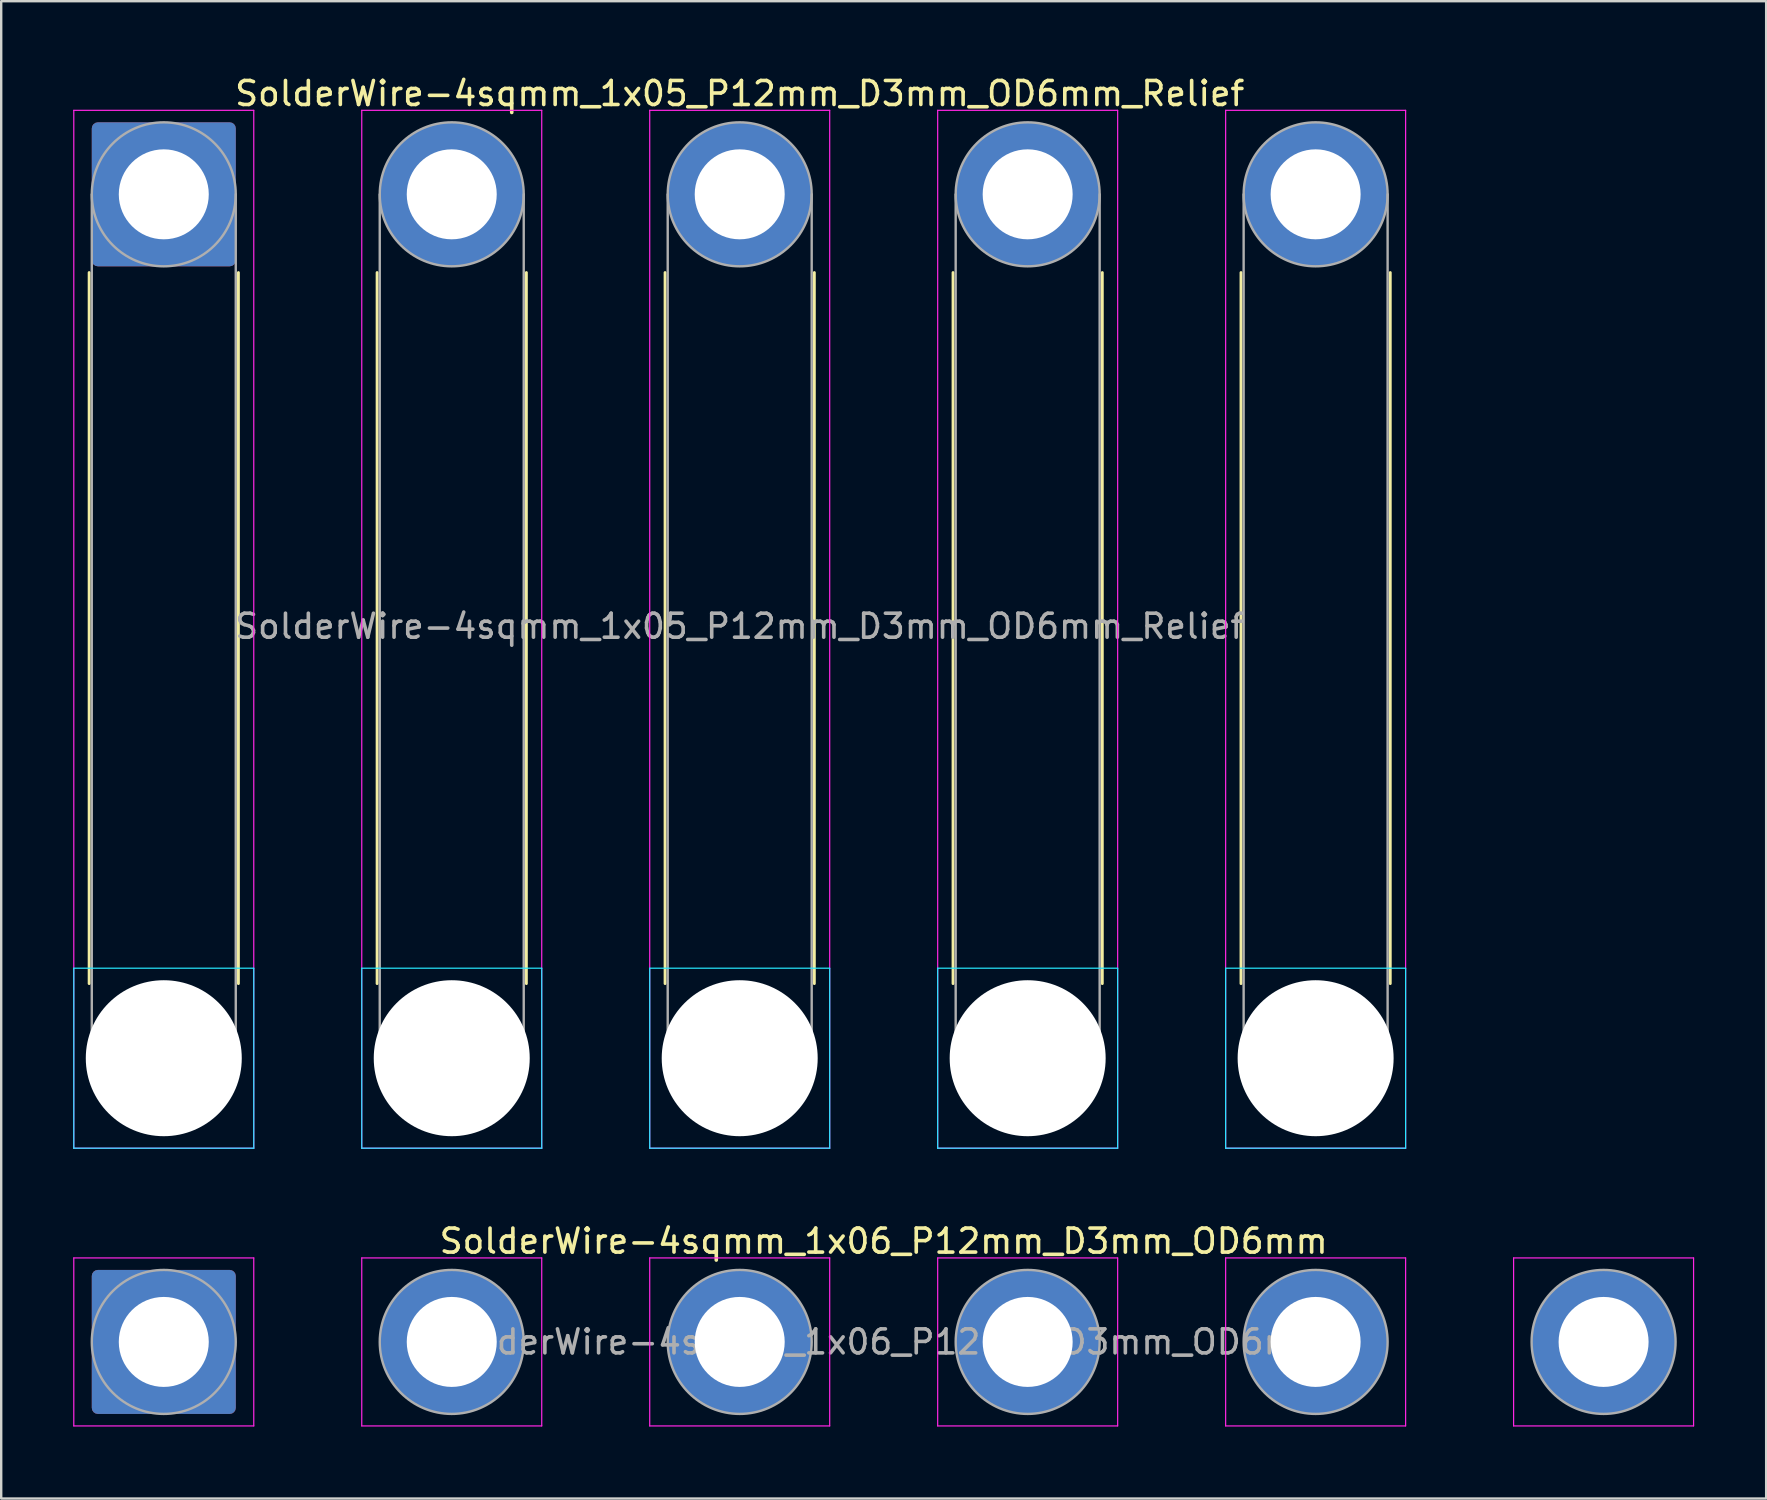
<source format=kicad_pcb>
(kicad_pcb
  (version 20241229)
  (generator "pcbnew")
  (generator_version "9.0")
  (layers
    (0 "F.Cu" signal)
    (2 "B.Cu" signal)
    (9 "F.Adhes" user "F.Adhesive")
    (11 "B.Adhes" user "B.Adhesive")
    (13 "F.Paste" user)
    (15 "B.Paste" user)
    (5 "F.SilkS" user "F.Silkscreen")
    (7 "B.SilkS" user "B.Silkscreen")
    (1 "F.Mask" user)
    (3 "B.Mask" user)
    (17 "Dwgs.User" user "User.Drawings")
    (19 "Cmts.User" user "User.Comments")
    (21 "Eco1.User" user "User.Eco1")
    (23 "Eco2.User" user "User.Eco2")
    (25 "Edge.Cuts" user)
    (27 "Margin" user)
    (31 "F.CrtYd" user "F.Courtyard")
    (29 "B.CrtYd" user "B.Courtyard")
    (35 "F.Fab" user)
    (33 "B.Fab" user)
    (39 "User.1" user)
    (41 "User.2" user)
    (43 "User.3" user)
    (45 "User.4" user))
  (footprint "SolderWire-4sqmm_1x06_P12mm_D3mm_OD6mm"
    (layer "F.Cu")
    (at 3.775 52.871)
    (property "Reference" "SolderWire-4sqmm_1x06_P12mm_D3mm_OD6mm" (at 30 -4.2 0) (layer "F.SilkS") (effects (font (size 1 1) (thickness 0.15))))
    (attr exclude_from_pos_files exclude_from_bom)
    (fp_line (start -3.75 -3.5) (end -3.75 3.5) (stroke (width 0.05) (type solid)) (layer "F.CrtYd"))
    (fp_line (start -3.75 3.5) (end 3.75 3.5) (stroke (width 0.05) (type solid)) (layer "F.CrtYd"))
    (fp_line (start 3.75 -3.5) (end -3.75 -3.5) (stroke (width 0.05) (type solid)) (layer "F.CrtYd"))
    (fp_line (start 3.75 3.5) (end 3.75 -3.5) (stroke (width 0.05) (type solid)) (layer "F.CrtYd"))
    (fp_line (start 8.25 -3.5) (end 8.25 3.5) (stroke (width 0.05) (type solid)) (layer "F.CrtYd"))
    (fp_line (start 8.25 3.5) (end 15.75 3.5) (stroke (width 0.05) (type solid)) (layer "F.CrtYd"))
    (fp_line (start 15.75 -3.5) (end 8.25 -3.5) (stroke (width 0.05) (type solid)) (layer "F.CrtYd"))
    (fp_line (start 15.75 3.5) (end 15.75 -3.5) (stroke (width 0.05) (type solid)) (layer "F.CrtYd"))
    (fp_line (start 20.25 -3.5) (end 20.25 3.5) (stroke (width 0.05) (type solid)) (layer "F.CrtYd"))
    (fp_line (start 20.25 3.5) (end 27.75 3.5) (stroke (width 0.05) (type solid)) (layer "F.CrtYd"))
    (fp_line (start 27.75 -3.5) (end 20.25 -3.5) (stroke (width 0.05) (type solid)) (layer "F.CrtYd"))
    (fp_line (start 27.75 3.5) (end 27.75 -3.5) (stroke (width 0.05) (type solid)) (layer "F.CrtYd"))
    (fp_line (start 32.25 -3.5) (end 32.25 3.5) (stroke (width 0.05) (type solid)) (layer "F.CrtYd"))
    (fp_line (start 32.25 3.5) (end 39.75 3.5) (stroke (width 0.05) (type solid)) (layer "F.CrtYd"))
    (fp_line (start 39.75 -3.5) (end 32.25 -3.5) (stroke (width 0.05) (type solid)) (layer "F.CrtYd"))
    (fp_line (start 39.75 3.5) (end 39.75 -3.5) (stroke (width 0.05) (type solid)) (layer "F.CrtYd"))
    (fp_line (start 44.25 -3.5) (end 44.25 3.5) (stroke (width 0.05) (type solid)) (layer "F.CrtYd"))
    (fp_line (start 44.25 3.5) (end 51.75 3.5) (stroke (width 0.05) (type solid)) (layer "F.CrtYd"))
    (fp_line (start 51.75 -3.5) (end 44.25 -3.5) (stroke (width 0.05) (type solid)) (layer "F.CrtYd"))
    (fp_line (start 51.75 3.5) (end 51.75 -3.5) (stroke (width 0.05) (type solid)) (layer "F.CrtYd"))
    (fp_line (start 56.25 -3.5) (end 56.25 3.5) (stroke (width 0.05) (type solid)) (layer "F.CrtYd"))
    (fp_line (start 56.25 3.5) (end 63.75 3.5) (stroke (width 0.05) (type solid)) (layer "F.CrtYd"))
    (fp_line (start 63.75 -3.5) (end 56.25 -3.5) (stroke (width 0.05) (type solid)) (layer "F.CrtYd"))
    (fp_line (start 63.75 3.5) (end 63.75 -3.5) (stroke (width 0.05) (type solid)) (layer "F.CrtYd"))
    (fp_circle (center 0 0) (end 3 0) (stroke (width 0.1) (type solid)) (fill no) (layer "F.Fab"))
    (fp_circle (center 12 0) (end 15 0) (stroke (width 0.1) (type solid)) (fill no) (layer "F.Fab"))
    (fp_circle (center 24 0) (end 27 0) (stroke (width 0.1) (type solid)) (fill no) (layer "F.Fab"))
    (fp_circle (center 36 0) (end 39 0) (stroke (width 0.1) (type solid)) (fill no) (layer "F.Fab"))
    (fp_circle (center 48 0) (end 51 0) (stroke (width 0.1) (type solid)) (fill no) (layer "F.Fab"))
    (fp_circle (center 60 0) (end 63 0) (stroke (width 0.1) (type solid)) (fill no) (layer "F.Fab"))
    (fp_text user "${REFERENCE}" (at 30 0 0) (layer "F.Fab") (effects (font (size 1 1) (thickness 0.15))))
    (pad "1" thru_hole roundrect (at 0 0) (size 6 6) (drill 3.75) (layers "*.Cu" "*.Mask") (roundrect_rratio 0.042))
    (pad "2" thru_hole circle (at 12 0) (size 6 6) (drill 3.75) (layers "*.Cu" "*.Mask"))
    (pad "3" thru_hole circle (at 24 0) (size 6 6) (drill 3.75) (layers "*.Cu" "*.Mask"))
    (pad "4" thru_hole circle (at 36 0) (size 6 6) (drill 3.75) (layers "*.Cu" "*.Mask"))
    (pad "5" thru_hole circle (at 48 0) (size 6 6) (drill 3.75) (layers "*.Cu" "*.Mask"))
    (pad "6" thru_hole circle (at 60 0) (size 6 6) (drill 3.75) (layers "*.Cu" "*.Mask")))
  (footprint "SolderWire-4sqmm_1x05_P12mm_D3mm_OD6mm_Relief"
    (layer "F.Cu")
    (at 3.775 5.048)
    (property "Reference" "SolderWire-4sqmm_1x05_P12mm_D3mm_OD6mm_Relief" (at 24 -4.2 0) (layer "F.SilkS") (effects (font (size 1 1) (thickness 0.15))))
    (attr exclude_from_pos_files exclude_from_bom)
    (fp_line (start -3.11 3.26) (end -3.11 32.89) (stroke (width 0.12) (type solid)) (layer "F.SilkS"))
    (fp_line (start 3.11 3.26) (end 3.11 32.89) (stroke (width 0.12) (type solid)) (layer "F.SilkS"))
    (fp_line (start 8.89 3.26) (end 8.89 32.89) (stroke (width 0.12) (type solid)) (layer "F.SilkS"))
    (fp_line (start 15.11 3.26) (end 15.11 32.89) (stroke (width 0.12) (type solid)) (layer "F.SilkS"))
    (fp_line (start 20.89 3.26) (end 20.89 32.89) (stroke (width 0.12) (type solid)) (layer "F.SilkS"))
    (fp_line (start 27.11 3.26) (end 27.11 32.89) (stroke (width 0.12) (type solid)) (layer "F.SilkS"))
    (fp_line (start 32.89 3.26) (end 32.89 32.89) (stroke (width 0.12) (type solid)) (layer "F.SilkS"))
    (fp_line (start 39.11 3.26) (end 39.11 32.89) (stroke (width 0.12) (type solid)) (layer "F.SilkS"))
    (fp_line (start 44.89 3.26) (end 44.89 32.89) (stroke (width 0.12) (type solid)) (layer "F.SilkS"))
    (fp_line (start 51.11 3.26) (end 51.11 32.89) (stroke (width 0.12) (type solid)) (layer "F.SilkS"))
    (fp_line (start -3.75 32.25) (end -3.75 39.75) (stroke (width 0.05) (type solid)) (layer "B.CrtYd"))
    (fp_line (start -3.75 39.75) (end 3.75 39.75) (stroke (width 0.05) (type solid)) (layer "B.CrtYd"))
    (fp_line (start 3.75 32.25) (end -3.75 32.25) (stroke (width 0.05) (type solid)) (layer "B.CrtYd"))
    (fp_line (start 3.75 39.75) (end 3.75 32.25) (stroke (width 0.05) (type solid)) (layer "B.CrtYd"))
    (fp_line (start 8.25 32.25) (end 8.25 39.75) (stroke (width 0.05) (type solid)) (layer "B.CrtYd"))
    (fp_line (start 8.25 39.75) (end 15.75 39.75) (stroke (width 0.05) (type solid)) (layer "B.CrtYd"))
    (fp_line (start 15.75 32.25) (end 8.25 32.25) (stroke (width 0.05) (type solid)) (layer "B.CrtYd"))
    (fp_line (start 15.75 39.75) (end 15.75 32.25) (stroke (width 0.05) (type solid)) (layer "B.CrtYd"))
    (fp_line (start 20.25 32.25) (end 20.25 39.75) (stroke (width 0.05) (type solid)) (layer "B.CrtYd"))
    (fp_line (start 20.25 39.75) (end 27.75 39.75) (stroke (width 0.05) (type solid)) (layer "B.CrtYd"))
    (fp_line (start 27.75 32.25) (end 20.25 32.25) (stroke (width 0.05) (type solid)) (layer "B.CrtYd"))
    (fp_line (start 27.75 39.75) (end 27.75 32.25) (stroke (width 0.05) (type solid)) (layer "B.CrtYd"))
    (fp_line (start 32.25 32.25) (end 32.25 39.75) (stroke (width 0.05) (type solid)) (layer "B.CrtYd"))
    (fp_line (start 32.25 39.75) (end 39.75 39.75) (stroke (width 0.05) (type solid)) (layer "B.CrtYd"))
    (fp_line (start 39.75 32.25) (end 32.25 32.25) (stroke (width 0.05) (type solid)) (layer "B.CrtYd"))
    (fp_line (start 39.75 39.75) (end 39.75 32.25) (stroke (width 0.05) (type solid)) (layer "B.CrtYd"))
    (fp_line (start 44.25 32.25) (end 44.25 39.75) (stroke (width 0.05) (type solid)) (layer "B.CrtYd"))
    (fp_line (start 44.25 39.75) (end 51.75 39.75) (stroke (width 0.05) (type solid)) (layer "B.CrtYd"))
    (fp_line (start 51.75 32.25) (end 44.25 32.25) (stroke (width 0.05) (type solid)) (layer "B.CrtYd"))
    (fp_line (start 51.75 39.75) (end 51.75 32.25) (stroke (width 0.05) (type solid)) (layer "B.CrtYd"))
    (fp_line (start -3.75 -3.5) (end -3.75 39.75) (stroke (width 0.05) (type solid)) (layer "F.CrtYd"))
    (fp_line (start -3.75 39.75) (end 3.75 39.75) (stroke (width 0.05) (type solid)) (layer "F.CrtYd"))
    (fp_line (start 3.75 -3.5) (end -3.75 -3.5) (stroke (width 0.05) (type solid)) (layer "F.CrtYd"))
    (fp_line (start 3.75 39.75) (end 3.75 -3.5) (stroke (width 0.05) (type solid)) (layer "F.CrtYd"))
    (fp_line (start 8.25 -3.5) (end 8.25 39.75) (stroke (width 0.05) (type solid)) (layer "F.CrtYd"))
    (fp_line (start 8.25 39.75) (end 15.75 39.75) (stroke (width 0.05) (type solid)) (layer "F.CrtYd"))
    (fp_line (start 15.75 -3.5) (end 8.25 -3.5) (stroke (width 0.05) (type solid)) (layer "F.CrtYd"))
    (fp_line (start 15.75 39.75) (end 15.75 -3.5) (stroke (width 0.05) (type solid)) (layer "F.CrtYd"))
    (fp_line (start 20.25 -3.5) (end 20.25 39.75) (stroke (width 0.05) (type solid)) (layer "F.CrtYd"))
    (fp_line (start 20.25 39.75) (end 27.75 39.75) (stroke (width 0.05) (type solid)) (layer "F.CrtYd"))
    (fp_line (start 27.75 -3.5) (end 20.25 -3.5) (stroke (width 0.05) (type solid)) (layer "F.CrtYd"))
    (fp_line (start 27.75 39.75) (end 27.75 -3.5) (stroke (width 0.05) (type solid)) (layer "F.CrtYd"))
    (fp_line (start 32.25 -3.5) (end 32.25 39.75) (stroke (width 0.05) (type solid)) (layer "F.CrtYd"))
    (fp_line (start 32.25 39.75) (end 39.75 39.75) (stroke (width 0.05) (type solid)) (layer "F.CrtYd"))
    (fp_line (start 39.75 -3.5) (end 32.25 -3.5) (stroke (width 0.05) (type solid)) (layer "F.CrtYd"))
    (fp_line (start 39.75 39.75) (end 39.75 -3.5) (stroke (width 0.05) (type solid)) (layer "F.CrtYd"))
    (fp_line (start 44.25 -3.5) (end 44.25 39.75) (stroke (width 0.05) (type solid)) (layer "F.CrtYd"))
    (fp_line (start 44.25 39.75) (end 51.75 39.75) (stroke (width 0.05) (type solid)) (layer "F.CrtYd"))
    (fp_line (start 51.75 -3.5) (end 44.25 -3.5) (stroke (width 0.05) (type solid)) (layer "F.CrtYd"))
    (fp_line (start 51.75 39.75) (end 51.75 -3.5) (stroke (width 0.05) (type solid)) (layer "F.CrtYd"))
    (fp_line (start -3 0) (end -3 36) (stroke (width 0.1) (type solid)) (layer "F.Fab"))
    (fp_line (start 3 0) (end 3 36) (stroke (width 0.1) (type solid)) (layer "F.Fab"))
    (fp_line (start 9 0) (end 9 36) (stroke (width 0.1) (type solid)) (layer "F.Fab"))
    (fp_line (start 15 0) (end 15 36) (stroke (width 0.1) (type solid)) (layer "F.Fab"))
    (fp_line (start 21 0) (end 21 36) (stroke (width 0.1) (type solid)) (layer "F.Fab"))
    (fp_line (start 27 0) (end 27 36) (stroke (width 0.1) (type solid)) (layer "F.Fab"))
    (fp_line (start 33 0) (end 33 36) (stroke (width 0.1) (type solid)) (layer "F.Fab"))
    (fp_line (start 39 0) (end 39 36) (stroke (width 0.1) (type solid)) (layer "F.Fab"))
    (fp_line (start 45 0) (end 45 36) (stroke (width 0.1) (type solid)) (layer "F.Fab"))
    (fp_line (start 51 0) (end 51 36) (stroke (width 0.1) (type solid)) (layer "F.Fab"))
    (fp_circle (center 0 0) (end 3 0) (stroke (width 0.1) (type solid)) (fill no) (layer "F.Fab"))
    (fp_circle (center 0 36) (end 3 36) (stroke (width 0.1) (type solid)) (fill no) (layer "F.Fab"))
    (fp_circle (center 12 0) (end 15 0) (stroke (width 0.1) (type solid)) (fill no) (layer "F.Fab"))
    (fp_circle (center 12 36) (end 15 36) (stroke (width 0.1) (type solid)) (fill no) (layer "F.Fab"))
    (fp_circle (center 24 0) (end 27 0) (stroke (width 0.1) (type solid)) (fill no) (layer "F.Fab"))
    (fp_circle (center 24 36) (end 27 36) (stroke (width 0.1) (type solid)) (fill no) (layer "F.Fab"))
    (fp_circle (center 36 0) (end 39 0) (stroke (width 0.1) (type solid)) (fill no) (layer "F.Fab"))
    (fp_circle (center 36 36) (end 39 36) (stroke (width 0.1) (type solid)) (fill no) (layer "F.Fab"))
    (fp_circle (center 48 0) (end 51 0) (stroke (width 0.1) (type solid)) (fill no) (layer "F.Fab"))
    (fp_circle (center 48 36) (end 51 36) (stroke (width 0.1) (type solid)) (fill no) (layer "F.Fab"))
    (fp_text user "${REFERENCE}" (at 24 18 0) (layer "F.Fab") (effects (font (size 1 1) (thickness 0.15))))
    (pad "" np_thru_hole circle (at 0 36) (size 6.5 6.5) (drill 6.5) (layers "*.Cu" "*.Mask"))
    (pad "" np_thru_hole circle (at 12 36) (size 6.5 6.5) (drill 6.5) (layers "*.Cu" "*.Mask"))
    (pad "" np_thru_hole circle (at 24 36) (size 6.5 6.5) (drill 6.5) (layers "*.Cu" "*.Mask"))
    (pad "" np_thru_hole circle (at 36 36) (size 6.5 6.5) (drill 6.5) (layers "*.Cu" "*.Mask"))
    (pad "" np_thru_hole circle (at 48 36) (size 6.5 6.5) (drill 6.5) (layers "*.Cu" "*.Mask"))
    (pad "1" thru_hole roundrect (at 0 0) (size 6 6) (drill 3.75) (layers "*.Cu" "*.Mask") (roundrect_rratio 0.042))
    (pad "2" thru_hole circle (at 12 0) (size 6 6) (drill 3.75) (layers "*.Cu" "*.Mask"))
    (pad "3" thru_hole circle (at 24 0) (size 6 6) (drill 3.75) (layers "*.Cu" "*.Mask"))
    (pad "4" thru_hole circle (at 36 0) (size 6 6) (drill 3.75) (layers "*.Cu" "*.Mask"))
    (pad "5" thru_hole circle (at 48 0) (size 6 6) (drill 3.75) (layers "*.Cu" "*.Mask")))
  (gr_rect
    (start -3 -3)
    (end 70.55 59.397)
    (stroke (width 0.1) (type default))
    (fill no)
    (layer "Edge.Cuts")))
</source>
